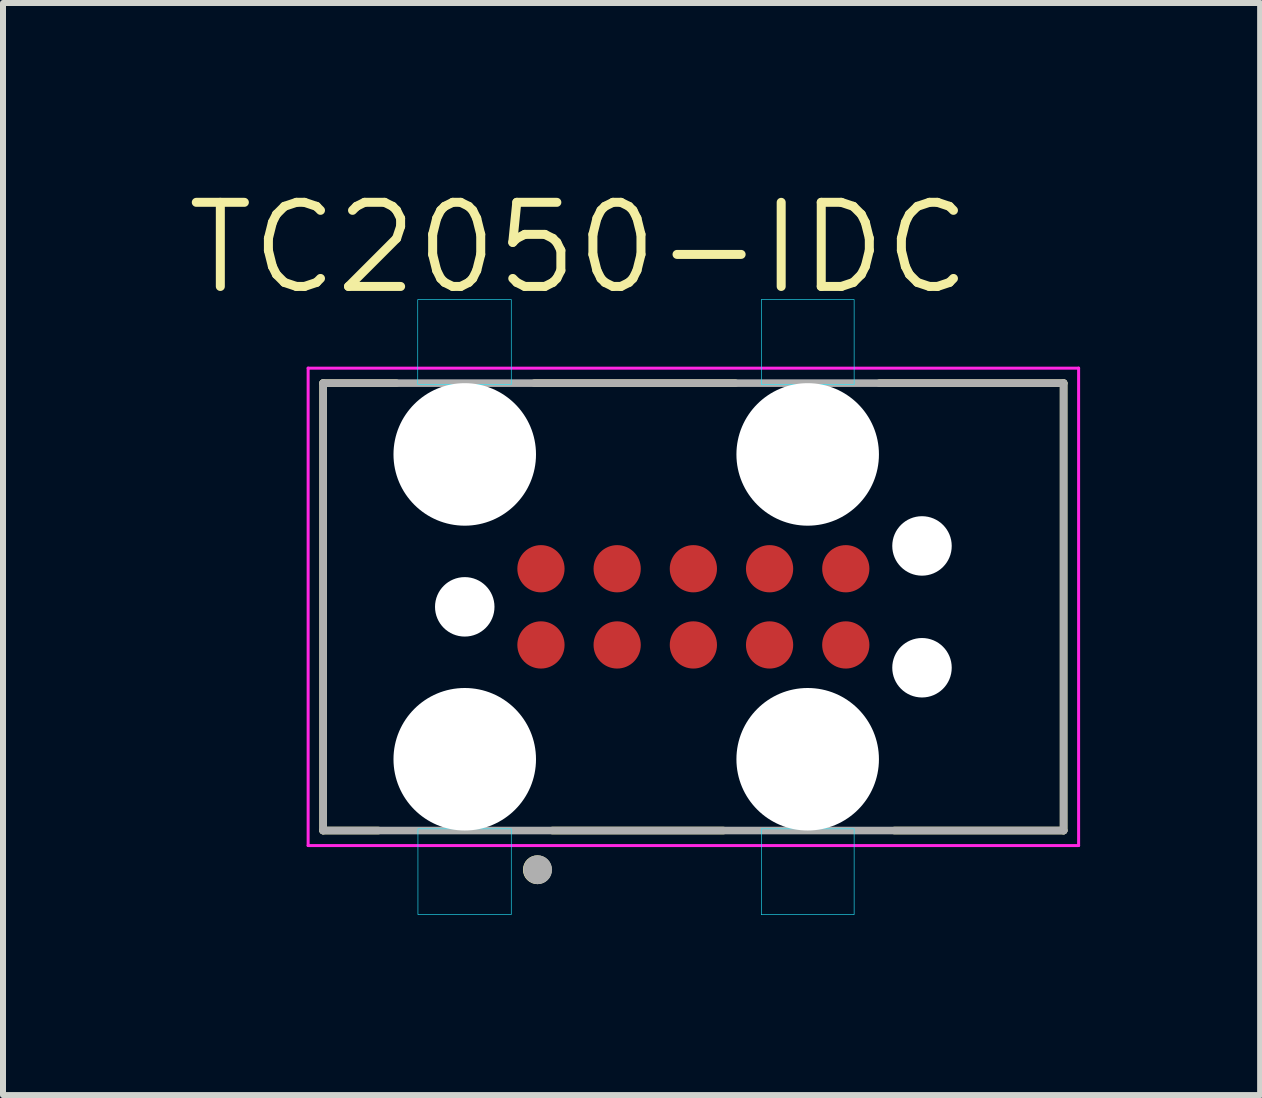
<source format=kicad_pcb>
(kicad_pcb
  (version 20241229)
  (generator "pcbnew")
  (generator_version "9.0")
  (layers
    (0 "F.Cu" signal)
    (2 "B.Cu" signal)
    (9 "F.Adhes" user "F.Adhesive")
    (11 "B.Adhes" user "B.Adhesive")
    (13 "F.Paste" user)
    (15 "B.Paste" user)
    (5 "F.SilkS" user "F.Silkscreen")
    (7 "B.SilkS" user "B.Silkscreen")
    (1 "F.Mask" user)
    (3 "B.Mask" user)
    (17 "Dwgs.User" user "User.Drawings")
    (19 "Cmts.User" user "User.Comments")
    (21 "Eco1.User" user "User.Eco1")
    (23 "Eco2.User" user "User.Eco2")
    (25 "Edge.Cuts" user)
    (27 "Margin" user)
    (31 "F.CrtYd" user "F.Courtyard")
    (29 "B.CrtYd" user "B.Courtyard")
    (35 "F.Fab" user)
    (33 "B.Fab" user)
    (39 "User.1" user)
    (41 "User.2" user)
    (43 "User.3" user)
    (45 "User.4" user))
  (footprint "TC2050-IDC"
    (layer "F.Cu")
    (at 8.505 7.063)
    (property "Reference" "TC2050-IDC" (at -1.908 -5.98 0) (layer "F.SilkS") (effects (font (size 1.402 1.402) (thickness 0.15))))
    (attr smd)
    (fp_line (start -6.17 -3.728) (end -4.95 -3.728) (stroke (width 0.127) (type solid)) (layer "F.SilkS"))
    (fp_line (start -6.17 3.728) (end -6.17 -3.728) (stroke (width 0.127) (type solid)) (layer "F.SilkS"))
    (fp_line (start -5.25 3.728) (end -6.17 3.728) (stroke (width 0.127) (type solid)) (layer "F.SilkS"))
    (fp_line (start -2.65 -3.728) (end 0.7 -3.728) (stroke (width 0.127) (type solid)) (layer "F.SilkS"))
    (fp_line (start 0.5 3.728) (end -2.35 3.728) (stroke (width 0.127) (type solid)) (layer "F.SilkS"))
    (fp_line (start 3.1 -3.728) (end 6.17 -3.728) (stroke (width 0.127) (type solid)) (layer "F.SilkS"))
    (fp_line (start 6.17 -3.728) (end 6.17 3.728) (stroke (width 0.127) (type solid)) (layer "F.SilkS"))
    (fp_line (start 6.17 3.728) (end 3.35 3.728) (stroke (width 0.127) (type solid)) (layer "F.SilkS"))
    (fp_circle (center -2.6 4.381) (end -2.48 4.381) (stroke (width 0.24) (type solid)) (fill no) (layer "F.SilkS"))
    (fp_poly (pts (xy -4.593 -5.122) (xy -3.035 -5.122) (xy -3.035 -3.707) (xy -4.593 -3.707)) (stroke (width 0.01) (type solid)) (fill no) (layer "B.CrtYd"))
    (fp_poly (pts (xy -4.59 3.7) (xy -3.035 3.7) (xy -3.035 5.129) (xy -4.59 5.129)) (stroke (width 0.01) (type solid)) (fill no) (layer "B.CrtYd"))
    (fp_poly (pts (xy 1.132 -5.122) (xy 2.679 -5.122) (xy 2.679 -3.706) (xy 1.132 -3.706)) (stroke (width 0.01) (type solid)) (fill no) (layer "B.CrtYd"))
    (fp_poly (pts (xy 1.132 3.7) (xy 2.679 3.7) (xy 2.679 5.13) (xy 1.132 5.13)) (stroke (width 0.01) (type solid)) (fill no) (layer "B.CrtYd"))
    (fp_line (start -6.42 -3.978) (end 6.42 -3.978) (stroke (width 0.05) (type solid)) (layer "F.CrtYd"))
    (fp_line (start -6.42 3.978) (end -6.42 -3.978) (stroke (width 0.05) (type solid)) (layer "F.CrtYd"))
    (fp_line (start 6.42 -3.978) (end 6.42 3.978) (stroke (width 0.05) (type solid)) (layer "F.CrtYd"))
    (fp_line (start 6.42 3.978) (end -6.42 3.978) (stroke (width 0.05) (type solid)) (layer "F.CrtYd"))
    (fp_line (start -6.17 -3.728) (end 6.17 -3.728) (stroke (width 0.127) (type solid)) (layer "F.Fab"))
    (fp_line (start -6.17 3.728) (end -6.17 -3.728) (stroke (width 0.127) (type solid)) (layer "F.Fab"))
    (fp_line (start 6.17 -3.728) (end 6.17 3.728) (stroke (width 0.127) (type solid)) (layer "F.Fab"))
    (fp_line (start 6.17 3.728) (end -6.17 3.728) (stroke (width 0.127) (type solid)) (layer "F.Fab"))
    (fp_circle (center -2.595 4.381) (end -2.475 4.381) (stroke (width 0.24) (type solid)) (fill no) (layer "F.Fab"))
    (pad "" np_thru_hole circle (at -3.81 -2.54) (size 2.375 2.375) (drill 2.375) (layers "*.Cu" "*.Mask"))
    (pad "" np_thru_hole circle (at -3.81 0) (size 0.991 0.991) (drill 0.991) (layers "*.Cu" "*.Mask"))
    (pad "" np_thru_hole circle (at -3.81 2.54) (size 2.375 2.375) (drill 2.375) (layers "*.Cu" "*.Mask"))
    (pad "" np_thru_hole circle (at 1.905 -2.54) (size 2.375 2.375) (drill 2.375) (layers "*.Cu" "*.Mask"))
    (pad "" np_thru_hole circle (at 1.905 2.54) (size 2.375 2.375) (drill 2.375) (layers "*.Cu" "*.Mask"))
    (pad "" np_thru_hole circle (at 3.81 -1.015) (size 0.991 0.991) (drill 0.991) (layers "*.Cu" "*.Mask"))
    (pad "" np_thru_hole circle (at 3.81 1.015) (size 0.991 0.991) (drill 0.991) (layers "*.Cu" "*.Mask"))
    (pad "1" smd circle (at -2.54 0.635) (size 0.787 0.787) (layers "F.Cu" "F.Mask"))
    (pad "2" smd circle (at -1.27 0.635) (size 0.787 0.787) (layers "F.Cu" "F.Mask"))
    (pad "3" smd circle (at 0 0.635) (size 0.787 0.787) (layers "F.Cu" "F.Mask"))
    (pad "4" smd circle (at 1.27 0.635) (size 0.787 0.787) (layers "F.Cu" "F.Mask"))
    (pad "5" smd circle (at 2.54 0.635) (size 0.787 0.787) (layers "F.Cu" "F.Mask"))
    (pad "6" smd circle (at 2.54 -0.635 180) (size 0.787 0.787) (layers "F.Cu" "F.Mask"))
    (pad "7" smd circle (at 1.27 -0.635 180) (size 0.787 0.787) (layers "F.Cu" "F.Mask"))
    (pad "8" smd circle (at 0 -0.635 180) (size 0.787 0.787) (layers "F.Cu" "F.Mask"))
    (pad "9" smd circle (at -1.27 -0.635 180) (size 0.787 0.787) (layers "F.Cu" "F.Mask"))
    (pad "10" smd circle (at -2.54 -0.635 180) (size 0.787 0.787) (layers "F.Cu" "F.Mask"))
    (zone (net_name "") (layer "F.Cu") (hatch full 0.508) (connect_pads) (min_thickness 0.0001) (filled_areas_thickness no) (keepout (tracks not_allowed) (vias not_allowed) (pads not_allowed) (copperpour not_allowed) (footprints allowed)) (placement (enabled no)) (fill) (polygon (pts (xy 5.965 7.063) (xy 5.965 7.305) (xy 11.045 7.305) (xy 11.045 6.822) (xy 5.965 6.822))))
    (zone (net_name "") (layer "F.Cu") (hatch full 0.508) (connect_pads) (min_thickness 0.0001) (filled_areas_thickness no) (keepout (tracks not_allowed) (vias not_allowed) (pads not_allowed) (copperpour not_allowed) (footprints allowed)) (placement (enabled no)) (fill) (polygon (pts (xy 5.965 7.305) (xy 7.235 7.304) (xy 7.214 7.305) (xy 7.194 7.306) (xy 7.173 7.309) (xy 7.153 7.313) (xy 7.133 7.318) (xy 7.113 7.324) (xy 7.094 7.33) (xy 7.075 7.338) (xy 7.056 7.347) (xy 7.038 7.357) (xy 7.021 7.368) (xy 7.004 7.379) (xy 6.987 7.392) (xy 6.972 7.405) (xy 6.957 7.42) (xy 6.942 7.435) (xy 6.929 7.45) (xy 6.916 7.467) (xy 6.905 7.484) (xy 6.894 7.501) (xy 6.884 7.519) (xy 6.875 7.538) (xy 6.867 7.557) (xy 6.861 7.576) (xy 6.855 7.596) (xy 6.85 7.616) (xy 6.846 7.636) (xy 6.843 7.657) (xy 6.842 7.677) (xy 6.841 7.698) (xy 6.359 7.698) (xy 6.358 7.677) (xy 6.357 7.657) (xy 6.354 7.636) (xy 6.35 7.616) (xy 6.345 7.596) (xy 6.339 7.576) (xy 6.333 7.557) (xy 6.325 7.538) (xy 6.316 7.519) (xy 6.306 7.501) (xy 6.295 7.484) (xy 6.284 7.467) (xy 6.271 7.45) (xy 6.258 7.435) (xy 6.243 7.42) (xy 6.228 7.405) (xy 6.213 7.392) (xy 6.196 7.379) (xy 6.179 7.368) (xy 6.162 7.357) (xy 6.144 7.347) (xy 6.125 7.338) (xy 6.106 7.33) (xy 6.087 7.324) (xy 6.067 7.318) (xy 6.047 7.313) (xy 6.027 7.309) (xy 6.006 7.306) (xy 5.986 7.305) (xy 5.965 7.304))))
    (zone (net_name "") (layer "F.Cu") (hatch full 0.508) (connect_pads) (min_thickness 0.0001) (filled_areas_thickness no) (keepout (tracks not_allowed) (vias not_allowed) (pads not_allowed) (copperpour not_allowed) (footprints allowed)) (placement (enabled no)) (fill) (polygon (pts (xy 7.235 6.822) (xy 5.965 6.822) (xy 5.986 6.821) (xy 6.006 6.82) (xy 6.027 6.817) (xy 6.047 6.813) (xy 6.067 6.808) (xy 6.087 6.802) (xy 6.106 6.796) (xy 6.125 6.788) (xy 6.144 6.779) (xy 6.162 6.769) (xy 6.179 6.758) (xy 6.196 6.747) (xy 6.213 6.734) (xy 6.228 6.721) (xy 6.243 6.706) (xy 6.258 6.691) (xy 6.271 6.676) (xy 6.284 6.659) (xy 6.295 6.642) (xy 6.306 6.625) (xy 6.316 6.607) (xy 6.325 6.588) (xy 6.333 6.569) (xy 6.339 6.55) (xy 6.345 6.53) (xy 6.35 6.51) (xy 6.354 6.49) (xy 6.357 6.469) (xy 6.358 6.449) (xy 6.359 6.428) (xy 6.841 6.428) (xy 6.842 6.449) (xy 6.843 6.469) (xy 6.846 6.49) (xy 6.85 6.51) (xy 6.855 6.53) (xy 6.861 6.55) (xy 6.867 6.569) (xy 6.875 6.588) (xy 6.884 6.607) (xy 6.894 6.625) (xy 6.905 6.642) (xy 6.916 6.659) (xy 6.929 6.676) (xy 6.942 6.691) (xy 6.957 6.706) (xy 6.972 6.721) (xy 6.987 6.734) (xy 7.004 6.747) (xy 7.021 6.758) (xy 7.038 6.769) (xy 7.056 6.779) (xy 7.075 6.788) (xy 7.094 6.796) (xy 7.113 6.802) (xy 7.133 6.808) (xy 7.153 6.813) (xy 7.173 6.817) (xy 7.194 6.82) (xy 7.214 6.821) (xy 7.235 6.822))))
    (zone (net_name "") (layer "F.Cu") (hatch full 0.508) (connect_pads) (min_thickness 0.0001) (filled_areas_thickness no) (keepout (tracks not_allowed) (vias not_allowed) (pads not_allowed) (copperpour not_allowed) (footprints allowed)) (placement (enabled no)) (fill) (polygon (pts (xy 7.235 7.305) (xy 8.505 7.304) (xy 8.484 7.305) (xy 8.464 7.306) (xy 8.443 7.309) (xy 8.423 7.313) (xy 8.403 7.318) (xy 8.383 7.324) (xy 8.364 7.33) (xy 8.345 7.338) (xy 8.326 7.347) (xy 8.308 7.357) (xy 8.291 7.368) (xy 8.274 7.379) (xy 8.257 7.392) (xy 8.242 7.405) (xy 8.227 7.42) (xy 8.212 7.435) (xy 8.199 7.45) (xy 8.186 7.467) (xy 8.175 7.484) (xy 8.164 7.501) (xy 8.154 7.519) (xy 8.145 7.538) (xy 8.137 7.557) (xy 8.131 7.576) (xy 8.125 7.596) (xy 8.12 7.616) (xy 8.116 7.636) (xy 8.113 7.657) (xy 8.112 7.677) (xy 8.111 7.698) (xy 7.629 7.698) (xy 7.628 7.677) (xy 7.627 7.657) (xy 7.624 7.636) (xy 7.62 7.616) (xy 7.615 7.596) (xy 7.609 7.576) (xy 7.603 7.557) (xy 7.595 7.538) (xy 7.586 7.519) (xy 7.576 7.501) (xy 7.565 7.484) (xy 7.554 7.467) (xy 7.541 7.45) (xy 7.528 7.435) (xy 7.513 7.42) (xy 7.498 7.405) (xy 7.483 7.392) (xy 7.466 7.379) (xy 7.449 7.368) (xy 7.432 7.357) (xy 7.414 7.347) (xy 7.395 7.338) (xy 7.376 7.33) (xy 7.357 7.324) (xy 7.337 7.318) (xy 7.317 7.313) (xy 7.297 7.309) (xy 7.276 7.306) (xy 7.256 7.305) (xy 7.235 7.304))))
    (zone (net_name "") (layer "F.Cu") (hatch full 0.508) (connect_pads) (min_thickness 0.0001) (filled_areas_thickness no) (keepout (tracks not_allowed) (vias not_allowed) (pads not_allowed) (copperpour not_allowed) (footprints allowed)) (placement (enabled no)) (fill) (polygon (pts (xy 8.505 6.822) (xy 7.235 6.822) (xy 7.256 6.821) (xy 7.276 6.82) (xy 7.297 6.817) (xy 7.317 6.813) (xy 7.337 6.808) (xy 7.357 6.802) (xy 7.376 6.796) (xy 7.395 6.788) (xy 7.414 6.779) (xy 7.432 6.769) (xy 7.449 6.758) (xy 7.466 6.747) (xy 7.483 6.734) (xy 7.498 6.721) (xy 7.513 6.706) (xy 7.528 6.691) (xy 7.541 6.676) (xy 7.554 6.659) (xy 7.565 6.642) (xy 7.576 6.625) (xy 7.586 6.607) (xy 7.595 6.588) (xy 7.603 6.569) (xy 7.609 6.55) (xy 7.615 6.53) (xy 7.62 6.51) (xy 7.624 6.49) (xy 7.627 6.469) (xy 7.628 6.449) (xy 7.629 6.428) (xy 8.111 6.428) (xy 8.112 6.449) (xy 8.113 6.469) (xy 8.116 6.49) (xy 8.12 6.51) (xy 8.125 6.53) (xy 8.131 6.55) (xy 8.137 6.569) (xy 8.145 6.588) (xy 8.154 6.607) (xy 8.164 6.625) (xy 8.175 6.642) (xy 8.186 6.659) (xy 8.199 6.676) (xy 8.212 6.691) (xy 8.227 6.706) (xy 8.242 6.721) (xy 8.257 6.734) (xy 8.274 6.747) (xy 8.291 6.758) (xy 8.308 6.769) (xy 8.326 6.779) (xy 8.345 6.788) (xy 8.364 6.796) (xy 8.383 6.802) (xy 8.403 6.808) (xy 8.423 6.813) (xy 8.443 6.817) (xy 8.464 6.82) (xy 8.484 6.821) (xy 8.505 6.822))))
    (zone (net_name "") (layer "F.Cu") (hatch full 0.508) (connect_pads) (min_thickness 0.0001) (filled_areas_thickness no) (keepout (tracks not_allowed) (vias not_allowed) (pads not_allowed) (copperpour not_allowed) (footprints allowed)) (placement (enabled no)) (fill) (polygon (pts (xy 8.505 7.305) (xy 9.775 7.304) (xy 9.754 7.305) (xy 9.734 7.306) (xy 9.713 7.309) (xy 9.693 7.313) (xy 9.673 7.318) (xy 9.653 7.324) (xy 9.634 7.33) (xy 9.615 7.338) (xy 9.596 7.347) (xy 9.578 7.357) (xy 9.561 7.368) (xy 9.544 7.379) (xy 9.527 7.392) (xy 9.512 7.405) (xy 9.497 7.42) (xy 9.482 7.435) (xy 9.469 7.45) (xy 9.456 7.467) (xy 9.445 7.484) (xy 9.434 7.501) (xy 9.424 7.519) (xy 9.415 7.538) (xy 9.407 7.557) (xy 9.401 7.576) (xy 9.395 7.596) (xy 9.39 7.616) (xy 9.386 7.636) (xy 9.383 7.657) (xy 9.382 7.677) (xy 9.381 7.698) (xy 8.899 7.698) (xy 8.898 7.677) (xy 8.897 7.657) (xy 8.894 7.636) (xy 8.89 7.616) (xy 8.885 7.596) (xy 8.879 7.576) (xy 8.873 7.557) (xy 8.865 7.538) (xy 8.856 7.519) (xy 8.846 7.501) (xy 8.835 7.484) (xy 8.824 7.467) (xy 8.811 7.45) (xy 8.798 7.435) (xy 8.783 7.42) (xy 8.768 7.405) (xy 8.753 7.392) (xy 8.736 7.379) (xy 8.719 7.368) (xy 8.702 7.357) (xy 8.684 7.347) (xy 8.665 7.338) (xy 8.646 7.33) (xy 8.627 7.324) (xy 8.607 7.318) (xy 8.587 7.313) (xy 8.567 7.309) (xy 8.546 7.306) (xy 8.526 7.305) (xy 8.505 7.304))))
    (zone (net_name "") (layer "F.Cu") (hatch full 0.508) (connect_pads) (min_thickness 0.0001) (filled_areas_thickness no) (keepout (tracks not_allowed) (vias not_allowed) (pads not_allowed) (copperpour not_allowed) (footprints allowed)) (placement (enabled no)) (fill) (polygon (pts (xy 9.775 6.822) (xy 8.505 6.822) (xy 8.526 6.821) (xy 8.546 6.82) (xy 8.567 6.817) (xy 8.587 6.813) (xy 8.607 6.808) (xy 8.627 6.802) (xy 8.646 6.796) (xy 8.665 6.788) (xy 8.684 6.779) (xy 8.702 6.769) (xy 8.719 6.758) (xy 8.736 6.747) (xy 8.753 6.734) (xy 8.768 6.721) (xy 8.783 6.706) (xy 8.798 6.691) (xy 8.811 6.676) (xy 8.824 6.659) (xy 8.835 6.642) (xy 8.846 6.625) (xy 8.856 6.607) (xy 8.865 6.588) (xy 8.873 6.569) (xy 8.879 6.55) (xy 8.885 6.53) (xy 8.89 6.51) (xy 8.894 6.49) (xy 8.897 6.469) (xy 8.898 6.449) (xy 8.899 6.428) (xy 9.381 6.428) (xy 9.382 6.449) (xy 9.383 6.469) (xy 9.386 6.49) (xy 9.39 6.51) (xy 9.395 6.53) (xy 9.401 6.55) (xy 9.407 6.569) (xy 9.415 6.588) (xy 9.424 6.607) (xy 9.434 6.625) (xy 9.445 6.642) (xy 9.456 6.659) (xy 9.469 6.676) (xy 9.482 6.691) (xy 9.497 6.706) (xy 9.512 6.721) (xy 9.527 6.734) (xy 9.544 6.747) (xy 9.561 6.758) (xy 9.578 6.769) (xy 9.596 6.779) (xy 9.615 6.788) (xy 9.634 6.796) (xy 9.653 6.802) (xy 9.673 6.808) (xy 9.693 6.813) (xy 9.713 6.817) (xy 9.734 6.82) (xy 9.754 6.821) (xy 9.775 6.822))))
    (zone (net_name "") (layer "F.Cu") (hatch full 0.508) (connect_pads) (min_thickness 0.0001) (filled_areas_thickness no) (keepout (tracks not_allowed) (vias not_allowed) (pads not_allowed) (copperpour not_allowed) (footprints allowed)) (placement (enabled no)) (fill) (polygon (pts (xy 9.775 7.305) (xy 11.045 7.304) (xy 11.024 7.305) (xy 11.004 7.306) (xy 10.983 7.309) (xy 10.963 7.313) (xy 10.943 7.318) (xy 10.923 7.324) (xy 10.904 7.33) (xy 10.885 7.338) (xy 10.866 7.347) (xy 10.848 7.357) (xy 10.831 7.368) (xy 10.814 7.379) (xy 10.797 7.392) (xy 10.782 7.405) (xy 10.767 7.42) (xy 10.752 7.435) (xy 10.739 7.45) (xy 10.726 7.467) (xy 10.715 7.484) (xy 10.704 7.501) (xy 10.694 7.519) (xy 10.685 7.538) (xy 10.677 7.557) (xy 10.671 7.576) (xy 10.665 7.596) (xy 10.66 7.616) (xy 10.656 7.636) (xy 10.653 7.657) (xy 10.652 7.677) (xy 10.651 7.698) (xy 10.169 7.698) (xy 10.168 7.677) (xy 10.167 7.657) (xy 10.164 7.636) (xy 10.16 7.616) (xy 10.155 7.596) (xy 10.149 7.576) (xy 10.143 7.557) (xy 10.135 7.538) (xy 10.126 7.519) (xy 10.116 7.501) (xy 10.105 7.484) (xy 10.094 7.467) (xy 10.081 7.45) (xy 10.068 7.435) (xy 10.053 7.42) (xy 10.038 7.405) (xy 10.023 7.392) (xy 10.006 7.379) (xy 9.989 7.368) (xy 9.972 7.357) (xy 9.954 7.347) (xy 9.935 7.338) (xy 9.916 7.33) (xy 9.897 7.324) (xy 9.877 7.318) (xy 9.857 7.313) (xy 9.837 7.309) (xy 9.816 7.306) (xy 9.796 7.305) (xy 9.775 7.304))))
    (zone (net_name "") (layer "F.Cu") (hatch full 0.508) (connect_pads) (min_thickness 0.0001) (filled_areas_thickness no) (keepout (tracks not_allowed) (vias not_allowed) (pads not_allowed) (copperpour not_allowed) (footprints allowed)) (placement (enabled no)) (fill) (polygon (pts (xy 11.045 6.822) (xy 9.775 6.822) (xy 9.796 6.821) (xy 9.816 6.82) (xy 9.837 6.817) (xy 9.857 6.813) (xy 9.877 6.808) (xy 9.897 6.802) (xy 9.916 6.796) (xy 9.935 6.788) (xy 9.954 6.779) (xy 9.972 6.769) (xy 9.989 6.758) (xy 10.006 6.747) (xy 10.023 6.734) (xy 10.038 6.721) (xy 10.053 6.706) (xy 10.068 6.691) (xy 10.081 6.676) (xy 10.094 6.659) (xy 10.105 6.642) (xy 10.116 6.625) (xy 10.126 6.607) (xy 10.135 6.588) (xy 10.143 6.569) (xy 10.149 6.55) (xy 10.155 6.53) (xy 10.16 6.51) (xy 10.164 6.49) (xy 10.167 6.469) (xy 10.168 6.449) (xy 10.169 6.428) (xy 10.651 6.428) (xy 10.652 6.449) (xy 10.653 6.469) (xy 10.656 6.49) (xy 10.66 6.51) (xy 10.665 6.53) (xy 10.671 6.55) (xy 10.677 6.569) (xy 10.685 6.588) (xy 10.694 6.607) (xy 10.704 6.625) (xy 10.715 6.642) (xy 10.726 6.659) (xy 10.739 6.676) (xy 10.752 6.691) (xy 10.767 6.706) (xy 10.782 6.721) (xy 10.797 6.734) (xy 10.814 6.747) (xy 10.831 6.758) (xy 10.848 6.769) (xy 10.866 6.779) (xy 10.885 6.788) (xy 10.904 6.796) (xy 10.923 6.802) (xy 10.943 6.808) (xy 10.963 6.813) (xy 10.983 6.817) (xy 11.004 6.82) (xy 11.024 6.821) (xy 11.045 6.822))))
    (zone (net_name "") (layers "F.Cu" "B.Cu") (hatch full 0.508) (connect_pads) (min_thickness 0.0001) (filled_areas_thickness no) (keepout (tracks allowed) (vias not_allowed) (pads allowed) (copperpour allowed) (footprints allowed)) (placement (enabled no)) (fill) (polygon (pts (xy 5.965 6.822) (xy 5.965 7.305) (xy 11.045 7.305) (xy 11.045 6.822))))
    (zone (net_name "") (layers "F.Cu" "B.Cu") (hatch full 0.508) (connect_pads) (min_thickness 0.0001) (filled_areas_thickness no) (keepout (tracks allowed) (vias not_allowed) (pads allowed) (copperpour allowed) (footprints allowed)) (placement (enabled no)) (fill) (polygon (pts (xy 5.965 7.305) (xy 7.235 7.304) (xy 7.214 7.305) (xy 7.194 7.306) (xy 7.173 7.309) (xy 7.153 7.313) (xy 7.133 7.318) (xy 7.113 7.324) (xy 7.094 7.33) (xy 7.075 7.338) (xy 7.056 7.347) (xy 7.038 7.357) (xy 7.021 7.368) (xy 7.004 7.379) (xy 6.987 7.392) (xy 6.972 7.405) (xy 6.957 7.42) (xy 6.942 7.435) (xy 6.929 7.45) (xy 6.916 7.467) (xy 6.905 7.484) (xy 6.894 7.501) (xy 6.884 7.519) (xy 6.875 7.538) (xy 6.867 7.557) (xy 6.861 7.576) (xy 6.855 7.596) (xy 6.85 7.616) (xy 6.846 7.636) (xy 6.843 7.657) (xy 6.842 7.677) (xy 6.841 7.698) (xy 6.359 7.698) (xy 6.358 7.677) (xy 6.357 7.657) (xy 6.354 7.636) (xy 6.35 7.616) (xy 6.345 7.596) (xy 6.339 7.576) (xy 6.333 7.557) (xy 6.325 7.538) (xy 6.316 7.519) (xy 6.306 7.501) (xy 6.295 7.484) (xy 6.284 7.467) (xy 6.271 7.45) (xy 6.258 7.435) (xy 6.243 7.42) (xy 6.228 7.405) (xy 6.213 7.392) (xy 6.196 7.379) (xy 6.179 7.368) (xy 6.162 7.357) (xy 6.144 7.347) (xy 6.125 7.338) (xy 6.106 7.33) (xy 6.087 7.324) (xy 6.067 7.318) (xy 6.047 7.313) (xy 6.027 7.309) (xy 6.006 7.306) (xy 5.986 7.305) (xy 5.965 7.304))))
    (zone (net_name "") (layers "F.Cu" "B.Cu") (hatch full 0.508) (connect_pads) (min_thickness 0.0001) (filled_areas_thickness no) (keepout (tracks allowed) (vias not_allowed) (pads allowed) (copperpour allowed) (footprints allowed)) (placement (enabled no)) (fill) (polygon (pts (xy 7.235 6.822) (xy 5.965 6.822) (xy 5.986 6.821) (xy 6.006 6.82) (xy 6.027 6.817) (xy 6.047 6.813) (xy 6.067 6.808) (xy 6.087 6.802) (xy 6.106 6.796) (xy 6.125 6.788) (xy 6.144 6.779) (xy 6.162 6.769) (xy 6.179 6.758) (xy 6.196 6.747) (xy 6.213 6.734) (xy 6.228 6.721) (xy 6.243 6.706) (xy 6.258 6.691) (xy 6.271 6.676) (xy 6.284 6.659) (xy 6.295 6.642) (xy 6.306 6.625) (xy 6.316 6.607) (xy 6.325 6.588) (xy 6.333 6.569) (xy 6.339 6.55) (xy 6.345 6.53) (xy 6.35 6.51) (xy 6.354 6.49) (xy 6.357 6.469) (xy 6.358 6.449) (xy 6.359 6.428) (xy 6.841 6.428) (xy 6.842 6.449) (xy 6.843 6.469) (xy 6.846 6.49) (xy 6.85 6.51) (xy 6.855 6.53) (xy 6.861 6.55) (xy 6.867 6.569) (xy 6.875 6.588) (xy 6.884 6.607) (xy 6.894 6.625) (xy 6.905 6.642) (xy 6.916 6.659) (xy 6.929 6.676) (xy 6.942 6.691) (xy 6.957 6.706) (xy 6.972 6.721) (xy 6.987 6.734) (xy 7.004 6.747) (xy 7.021 6.758) (xy 7.038 6.769) (xy 7.056 6.779) (xy 7.075 6.788) (xy 7.094 6.796) (xy 7.113 6.802) (xy 7.133 6.808) (xy 7.153 6.813) (xy 7.173 6.817) (xy 7.194 6.82) (xy 7.214 6.821) (xy 7.235 6.822))))
    (zone (net_name "") (layers "F.Cu" "B.Cu") (hatch full 0.508) (connect_pads) (min_thickness 0.0001) (filled_areas_thickness no) (keepout (tracks allowed) (vias not_allowed) (pads allowed) (copperpour allowed) (footprints allowed)) (placement (enabled no)) (fill) (polygon (pts (xy 7.235 7.305) (xy 8.505 7.304) (xy 8.484 7.305) (xy 8.464 7.306) (xy 8.443 7.309) (xy 8.423 7.313) (xy 8.403 7.318) (xy 8.383 7.324) (xy 8.364 7.33) (xy 8.345 7.338) (xy 8.326 7.347) (xy 8.308 7.357) (xy 8.291 7.368) (xy 8.274 7.379) (xy 8.257 7.392) (xy 8.242 7.405) (xy 8.227 7.42) (xy 8.212 7.435) (xy 8.199 7.45) (xy 8.186 7.467) (xy 8.175 7.484) (xy 8.164 7.501) (xy 8.154 7.519) (xy 8.145 7.538) (xy 8.137 7.557) (xy 8.131 7.576) (xy 8.125 7.596) (xy 8.12 7.616) (xy 8.116 7.636) (xy 8.113 7.657) (xy 8.112 7.677) (xy 8.111 7.698) (xy 7.629 7.698) (xy 7.628 7.677) (xy 7.627 7.657) (xy 7.624 7.636) (xy 7.62 7.616) (xy 7.615 7.596) (xy 7.609 7.576) (xy 7.603 7.557) (xy 7.595 7.538) (xy 7.586 7.519) (xy 7.576 7.501) (xy 7.565 7.484) (xy 7.554 7.467) (xy 7.541 7.45) (xy 7.528 7.435) (xy 7.513 7.42) (xy 7.498 7.405) (xy 7.483 7.392) (xy 7.466 7.379) (xy 7.449 7.368) (xy 7.432 7.357) (xy 7.414 7.347) (xy 7.395 7.338) (xy 7.376 7.33) (xy 7.357 7.324) (xy 7.337 7.318) (xy 7.317 7.313) (xy 7.297 7.309) (xy 7.276 7.306) (xy 7.256 7.305) (xy 7.235 7.304))))
    (zone (net_name "") (layers "F.Cu" "B.Cu") (hatch full 0.508) (connect_pads) (min_thickness 0.0001) (filled_areas_thickness no) (keepout (tracks allowed) (vias not_allowed) (pads allowed) (copperpour allowed) (footprints allowed)) (placement (enabled no)) (fill) (polygon (pts (xy 8.505 6.822) (xy 7.235 6.822) (xy 7.256 6.821) (xy 7.276 6.82) (xy 7.297 6.817) (xy 7.317 6.813) (xy 7.337 6.808) (xy 7.357 6.802) (xy 7.376 6.796) (xy 7.395 6.788) (xy 7.414 6.779) (xy 7.432 6.769) (xy 7.449 6.758) (xy 7.466 6.747) (xy 7.483 6.734) (xy 7.498 6.721) (xy 7.513 6.706) (xy 7.528 6.691) (xy 7.541 6.676) (xy 7.554 6.659) (xy 7.565 6.642) (xy 7.576 6.625) (xy 7.586 6.607) (xy 7.595 6.588) (xy 7.603 6.569) (xy 7.609 6.55) (xy 7.615 6.53) (xy 7.62 6.51) (xy 7.624 6.49) (xy 7.627 6.469) (xy 7.628 6.449) (xy 7.629 6.428) (xy 8.111 6.428) (xy 8.112 6.449) (xy 8.113 6.469) (xy 8.116 6.49) (xy 8.12 6.51) (xy 8.125 6.53) (xy 8.131 6.55) (xy 8.137 6.569) (xy 8.145 6.588) (xy 8.154 6.607) (xy 8.164 6.625) (xy 8.175 6.642) (xy 8.186 6.659) (xy 8.199 6.676) (xy 8.212 6.691) (xy 8.227 6.706) (xy 8.242 6.721) (xy 8.257 6.734) (xy 8.274 6.747) (xy 8.291 6.758) (xy 8.308 6.769) (xy 8.326 6.779) (xy 8.345 6.788) (xy 8.364 6.796) (xy 8.383 6.802) (xy 8.403 6.808) (xy 8.423 6.813) (xy 8.443 6.817) (xy 8.464 6.82) (xy 8.484 6.821) (xy 8.505 6.822))))
    (zone (net_name "") (layers "F.Cu" "B.Cu") (hatch full 0.508) (connect_pads) (min_thickness 0.0001) (filled_areas_thickness no) (keepout (tracks allowed) (vias not_allowed) (pads allowed) (copperpour allowed) (footprints allowed)) (placement (enabled no)) (fill) (polygon (pts (xy 8.505 7.305) (xy 9.775 7.304) (xy 9.754 7.305) (xy 9.734 7.306) (xy 9.713 7.309) (xy 9.693 7.313) (xy 9.673 7.318) (xy 9.653 7.324) (xy 9.634 7.33) (xy 9.615 7.338) (xy 9.596 7.347) (xy 9.578 7.357) (xy 9.561 7.368) (xy 9.544 7.379) (xy 9.527 7.392) (xy 9.512 7.405) (xy 9.497 7.42) (xy 9.482 7.435) (xy 9.469 7.45) (xy 9.456 7.467) (xy 9.445 7.484) (xy 9.434 7.501) (xy 9.424 7.519) (xy 9.415 7.538) (xy 9.407 7.557) (xy 9.401 7.576) (xy 9.395 7.596) (xy 9.39 7.616) (xy 9.386 7.636) (xy 9.383 7.657) (xy 9.382 7.677) (xy 9.381 7.698) (xy 8.899 7.698) (xy 8.898 7.677) (xy 8.897 7.657) (xy 8.894 7.636) (xy 8.89 7.616) (xy 8.885 7.596) (xy 8.879 7.576) (xy 8.873 7.557) (xy 8.865 7.538) (xy 8.856 7.519) (xy 8.846 7.501) (xy 8.835 7.484) (xy 8.824 7.467) (xy 8.811 7.45) (xy 8.798 7.435) (xy 8.783 7.42) (xy 8.768 7.405) (xy 8.753 7.392) (xy 8.736 7.379) (xy 8.719 7.368) (xy 8.702 7.357) (xy 8.684 7.347) (xy 8.665 7.338) (xy 8.646 7.33) (xy 8.627 7.324) (xy 8.607 7.318) (xy 8.587 7.313) (xy 8.567 7.309) (xy 8.546 7.306) (xy 8.526 7.305) (xy 8.505 7.304))))
    (zone (net_name "") (layers "F.Cu" "B.Cu") (hatch full 0.508) (connect_pads) (min_thickness 0.0001) (filled_areas_thickness no) (keepout (tracks allowed) (vias not_allowed) (pads allowed) (copperpour allowed) (footprints allowed)) (placement (enabled no)) (fill) (polygon (pts (xy 9.775 6.822) (xy 8.505 6.822) (xy 8.526 6.821) (xy 8.546 6.82) (xy 8.567 6.817) (xy 8.587 6.813) (xy 8.607 6.808) (xy 8.627 6.802) (xy 8.646 6.796) (xy 8.665 6.788) (xy 8.684 6.779) (xy 8.702 6.769) (xy 8.719 6.758) (xy 8.736 6.747) (xy 8.753 6.734) (xy 8.768 6.721) (xy 8.783 6.706) (xy 8.798 6.691) (xy 8.811 6.676) (xy 8.824 6.659) (xy 8.835 6.642) (xy 8.846 6.625) (xy 8.856 6.607) (xy 8.865 6.588) (xy 8.873 6.569) (xy 8.879 6.55) (xy 8.885 6.53) (xy 8.89 6.51) (xy 8.894 6.49) (xy 8.897 6.469) (xy 8.898 6.449) (xy 8.899 6.428) (xy 9.381 6.428) (xy 9.382 6.449) (xy 9.383 6.469) (xy 9.386 6.49) (xy 9.39 6.51) (xy 9.395 6.53) (xy 9.401 6.55) (xy 9.407 6.569) (xy 9.415 6.588) (xy 9.424 6.607) (xy 9.434 6.625) (xy 9.445 6.642) (xy 9.456 6.659) (xy 9.469 6.676) (xy 9.482 6.691) (xy 9.497 6.706) (xy 9.512 6.721) (xy 9.527 6.734) (xy 9.544 6.747) (xy 9.561 6.758) (xy 9.578 6.769) (xy 9.596 6.779) (xy 9.615 6.788) (xy 9.634 6.796) (xy 9.653 6.802) (xy 9.673 6.808) (xy 9.693 6.813) (xy 9.713 6.817) (xy 9.734 6.82) (xy 9.754 6.821) (xy 9.775 6.822))))
    (zone (net_name "") (layers "F.Cu" "B.Cu") (hatch full 0.508) (connect_pads) (min_thickness 0.0001) (filled_areas_thickness no) (keepout (tracks allowed) (vias not_allowed) (pads allowed) (copperpour allowed) (footprints allowed)) (placement (enabled no)) (fill) (polygon (pts (xy 9.775 7.305) (xy 11.045 7.304) (xy 11.024 7.305) (xy 11.004 7.306) (xy 10.983 7.309) (xy 10.963 7.313) (xy 10.943 7.318) (xy 10.923 7.324) (xy 10.904 7.33) (xy 10.885 7.338) (xy 10.866 7.347) (xy 10.848 7.357) (xy 10.831 7.368) (xy 10.814 7.379) (xy 10.797 7.392) (xy 10.782 7.405) (xy 10.767 7.42) (xy 10.752 7.435) (xy 10.739 7.45) (xy 10.726 7.467) (xy 10.715 7.484) (xy 10.704 7.501) (xy 10.694 7.519) (xy 10.685 7.538) (xy 10.677 7.557) (xy 10.671 7.576) (xy 10.665 7.596) (xy 10.66 7.616) (xy 10.656 7.636) (xy 10.653 7.657) (xy 10.652 7.677) (xy 10.651 7.698) (xy 10.169 7.698) (xy 10.168 7.677) (xy 10.167 7.657) (xy 10.164 7.636) (xy 10.16 7.616) (xy 10.155 7.596) (xy 10.149 7.576) (xy 10.143 7.557) (xy 10.135 7.538) (xy 10.126 7.519) (xy 10.116 7.501) (xy 10.105 7.484) (xy 10.094 7.467) (xy 10.081 7.45) (xy 10.068 7.435) (xy 10.053 7.42) (xy 10.038 7.405) (xy 10.023 7.392) (xy 10.006 7.379) (xy 9.989 7.368) (xy 9.972 7.357) (xy 9.954 7.347) (xy 9.935 7.338) (xy 9.916 7.33) (xy 9.897 7.324) (xy 9.877 7.318) (xy 9.857 7.313) (xy 9.837 7.309) (xy 9.816 7.306) (xy 9.796 7.305) (xy 9.775 7.304))))
    (zone (net_name "") (layers "F.Cu" "B.Cu") (hatch full 0.508) (connect_pads) (min_thickness 0.0001) (filled_areas_thickness no) (keepout (tracks allowed) (vias not_allowed) (pads allowed) (copperpour allowed) (footprints allowed)) (placement (enabled no)) (fill) (polygon (pts (xy 11.045 6.822) (xy 9.775 6.822) (xy 9.796 6.821) (xy 9.816 6.82) (xy 9.837 6.817) (xy 9.857 6.813) (xy 9.877 6.808) (xy 9.897 6.802) (xy 9.916 6.796) (xy 9.935 6.788) (xy 9.954 6.779) (xy 9.972 6.769) (xy 9.989 6.758) (xy 10.006 6.747) (xy 10.023 6.734) (xy 10.038 6.721) (xy 10.053 6.706) (xy 10.068 6.691) (xy 10.081 6.676) (xy 10.094 6.659) (xy 10.105 6.642) (xy 10.116 6.625) (xy 10.126 6.607) (xy 10.135 6.588) (xy 10.143 6.569) (xy 10.149 6.55) (xy 10.155 6.53) (xy 10.16 6.51) (xy 10.164 6.49) (xy 10.167 6.469) (xy 10.168 6.449) (xy 10.169 6.428) (xy 10.651 6.428) (xy 10.652 6.449) (xy 10.653 6.469) (xy 10.656 6.49) (xy 10.66 6.51) (xy 10.665 6.53) (xy 10.671 6.55) (xy 10.677 6.569) (xy 10.685 6.588) (xy 10.694 6.607) (xy 10.704 6.625) (xy 10.715 6.642) (xy 10.726 6.659) (xy 10.739 6.676) (xy 10.752 6.691) (xy 10.767 6.706) (xy 10.782 6.721) (xy 10.797 6.734) (xy 10.814 6.747) (xy 10.831 6.758) (xy 10.848 6.769) (xy 10.866 6.779) (xy 10.885 6.788) (xy 10.904 6.796) (xy 10.923 6.802) (xy 10.943 6.808) (xy 10.963 6.813) (xy 10.983 6.817) (xy 11.004 6.82) (xy 11.024 6.821) (xy 11.045 6.822)))))
  (gr_rect
    (start -3 -3)
    (end 17.95 15.199)
    (stroke (width 0.1) (type default))
    (fill no)
    (layer "Edge.Cuts")))
</source>
